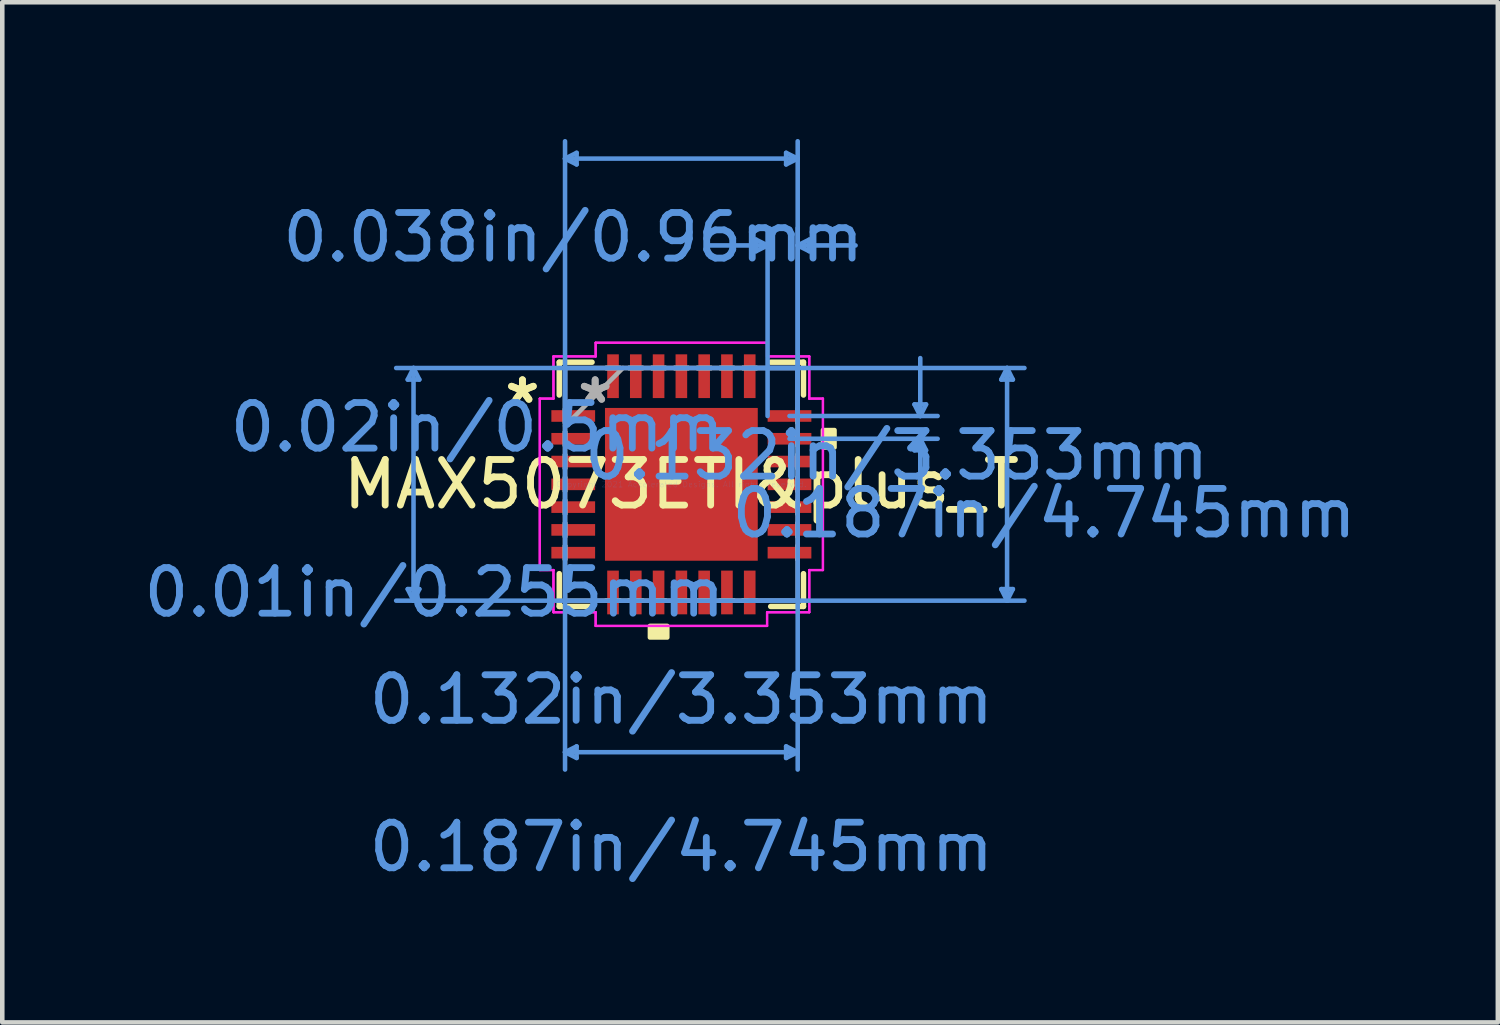
<source format=kicad_pcb>
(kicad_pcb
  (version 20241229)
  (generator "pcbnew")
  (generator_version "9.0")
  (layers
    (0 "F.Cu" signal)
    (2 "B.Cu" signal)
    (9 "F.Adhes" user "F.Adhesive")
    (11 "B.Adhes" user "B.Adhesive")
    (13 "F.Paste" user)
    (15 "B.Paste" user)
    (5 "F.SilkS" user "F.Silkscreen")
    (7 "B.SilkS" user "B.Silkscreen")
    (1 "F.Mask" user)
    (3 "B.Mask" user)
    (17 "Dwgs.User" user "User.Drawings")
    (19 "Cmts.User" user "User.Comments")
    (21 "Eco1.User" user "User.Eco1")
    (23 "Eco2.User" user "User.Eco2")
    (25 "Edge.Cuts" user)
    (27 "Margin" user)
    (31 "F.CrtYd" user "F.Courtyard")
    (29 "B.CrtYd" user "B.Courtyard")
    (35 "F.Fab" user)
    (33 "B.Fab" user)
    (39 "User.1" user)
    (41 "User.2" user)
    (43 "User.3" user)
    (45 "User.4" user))
  (footprint "MAX5073ETI&plus_T"
    (layer "F.Cu")
    (at 11.903 7.579)
    (property "Reference" "MAX5073ETI&plus_T" (at 0 0 0) (layer "F.SilkS") (effects (font (size 1 1) (thickness 0.15))))
    (attr through_hole)
    (fp_line (start -2.68 -2.68) (end -2.68 -1.96) (stroke (width 0.12) (type solid)) (layer "F.SilkS"))
    (fp_line (start -2.68 1.96) (end -2.68 2.68) (stroke (width 0.12) (type solid)) (layer "F.SilkS"))
    (fp_line (start -2.68 2.68) (end -1.96 2.68) (stroke (width 0.12) (type solid)) (layer "F.SilkS"))
    (fp_line (start -1.96 -2.68) (end -2.68 -2.68) (stroke (width 0.12) (type solid)) (layer "F.SilkS"))
    (fp_line (start 1.96 2.68) (end 2.68 2.68) (stroke (width 0.12) (type solid)) (layer "F.SilkS"))
    (fp_line (start 2.68 -2.68) (end 1.96 -2.68) (stroke (width 0.12) (type solid)) (layer "F.SilkS"))
    (fp_line (start 2.68 -1.96) (end 2.68 -2.68) (stroke (width 0.12) (type solid)) (layer "F.SilkS"))
    (fp_line (start 2.68 2.68) (end 2.68 1.96) (stroke (width 0.12) (type solid)) (layer "F.SilkS"))
    (fp_poly (pts (xy -0.69 3.107) (xy -0.69 3.361) (xy -0.309 3.361) (xy -0.309 3.107)) (stroke (width 0.1) (type solid)) (fill yes) (layer "F.SilkS"))
    (fp_poly (pts (xy 3.361 -1.191) (xy 3.361 -0.81) (xy 3.107 -0.81) (xy 3.107 -1.191)) (stroke (width 0.1) (type solid)) (fill yes) (layer "F.SilkS"))
    (fp_poly (pts (xy -1.576 -1.576) (xy -1.576 -0.1) (xy -0.1 -0.1) (xy -0.1 -1.576)) (stroke (width 0.1) (type solid)) (fill yes) (layer "F.Paste"))
    (fp_poly (pts (xy -1.576 0.1) (xy -1.576 1.576) (xy -0.1 1.576) (xy -0.1 0.1)) (stroke (width 0.1) (type solid)) (fill yes) (layer "F.Paste"))
    (fp_poly (pts (xy 0.1 -1.576) (xy 0.1 -0.1) (xy 1.576 -0.1) (xy 1.576 -1.576)) (stroke (width 0.1) (type solid)) (fill yes) (layer "F.Paste"))
    (fp_poly (pts (xy 0.1 0.1) (xy 0.1 1.576) (xy 1.576 1.576) (xy 1.576 0.1)) (stroke (width 0.1) (type solid)) (fill yes) (layer "F.Paste"))
    (fp_line (start -6.005 -2.299) (end -5.751 -2.299) (stroke (width 0.1) (type solid)) (layer "Cmts.User"))
    (fp_line (start -6.005 2.299) (end -5.751 2.299) (stroke (width 0.1) (type solid)) (layer "Cmts.User"))
    (fp_line (start -5.878 -2.553) (end -6.005 -2.299) (stroke (width 0.1) (type solid)) (layer "Cmts.User"))
    (fp_line (start -5.878 -2.553) (end -5.878 2.553) (stroke (width 0.1) (type solid)) (layer "Cmts.User"))
    (fp_line (start -5.878 -2.553) (end -5.751 -2.299) (stroke (width 0.1) (type solid)) (layer "Cmts.User"))
    (fp_line (start -5.878 2.553) (end -6.005 2.299) (stroke (width 0.1) (type solid)) (layer "Cmts.User"))
    (fp_line (start -5.878 2.553) (end -5.751 2.299) (stroke (width 0.1) (type solid)) (layer "Cmts.User"))
    (fp_line (start -2.553 -7.148) (end -2.299 -7.275) (stroke (width 0.1) (type solid)) (layer "Cmts.User"))
    (fp_line (start -2.553 -7.148) (end -2.299 -7.021) (stroke (width 0.1) (type solid)) (layer "Cmts.User"))
    (fp_line (start -2.553 -7.148) (end 2.553 -7.148) (stroke (width 0.1) (type solid)) (layer "Cmts.User"))
    (fp_line (start -2.553 -2.553) (end -2.553 6.259) (stroke (width 0.1) (type solid)) (layer "Cmts.User"))
    (fp_line (start -2.553 -1.5) (end -2.553 -7.529) (stroke (width 0.1) (type solid)) (layer "Cmts.User"))
    (fp_line (start -2.553 5.878) (end -2.299 5.751) (stroke (width 0.1) (type solid)) (layer "Cmts.User"))
    (fp_line (start -2.553 5.878) (end -2.299 6.005) (stroke (width 0.1) (type solid)) (layer "Cmts.User"))
    (fp_line (start -2.553 5.878) (end 2.553 5.878) (stroke (width 0.1) (type solid)) (layer "Cmts.User"))
    (fp_line (start -2.299 -7.275) (end -2.299 -7.021) (stroke (width 0.1) (type solid)) (layer "Cmts.User"))
    (fp_line (start -2.299 5.751) (end -2.299 6.005) (stroke (width 0.1) (type solid)) (layer "Cmts.User"))
    (fp_line (start 1.5 -2.553) (end 7.529 -2.553) (stroke (width 0.1) (type solid)) (layer "Cmts.User"))
    (fp_line (start 1.5 2.553) (end 7.529 2.553) (stroke (width 0.1) (type solid)) (layer "Cmts.User"))
    (fp_line (start 1.638 -5.37) (end 1.638 -5.116) (stroke (width 0.1) (type solid)) (layer "Cmts.User"))
    (fp_line (start 1.892 -5.243) (end 0.622 -5.243) (stroke (width 0.1) (type solid)) (layer "Cmts.User"))
    (fp_line (start 1.892 -5.243) (end 1.638 -5.37) (stroke (width 0.1) (type solid)) (layer "Cmts.User"))
    (fp_line (start 1.892 -5.243) (end 1.638 -5.116) (stroke (width 0.1) (type solid)) (layer "Cmts.User"))
    (fp_line (start 1.892 -1.5) (end 1.892 -5.624) (stroke (width 0.1) (type solid)) (layer "Cmts.User"))
    (fp_line (start 2.299 -7.275) (end 2.299 -7.021) (stroke (width 0.1) (type solid)) (layer "Cmts.User"))
    (fp_line (start 2.299 5.751) (end 2.299 6.005) (stroke (width 0.1) (type solid)) (layer "Cmts.User"))
    (fp_line (start 2.373 -1.5) (end 5.624 -1.5) (stroke (width 0.1) (type solid)) (layer "Cmts.User"))
    (fp_line (start 2.373 -1) (end 5.624 -1) (stroke (width 0.1) (type solid)) (layer "Cmts.User"))
    (fp_line (start 2.553 -7.148) (end 2.299 -7.275) (stroke (width 0.1) (type solid)) (layer "Cmts.User"))
    (fp_line (start 2.553 -7.148) (end 2.299 -7.021) (stroke (width 0.1) (type solid)) (layer "Cmts.User"))
    (fp_line (start 2.553 -5.243) (end 2.807 -5.37) (stroke (width 0.1) (type solid)) (layer "Cmts.User"))
    (fp_line (start 2.553 -5.243) (end 2.807 -5.116) (stroke (width 0.1) (type solid)) (layer "Cmts.User"))
    (fp_line (start 2.553 -5.243) (end 3.823 -5.243) (stroke (width 0.1) (type solid)) (layer "Cmts.User"))
    (fp_line (start 2.553 -2.553) (end -6.259 -2.553) (stroke (width 0.1) (type solid)) (layer "Cmts.User"))
    (fp_line (start 2.553 -2.553) (end 2.553 6.259) (stroke (width 0.1) (type solid)) (layer "Cmts.User"))
    (fp_line (start 2.553 -1.5) (end 2.553 -7.529) (stroke (width 0.1) (type solid)) (layer "Cmts.User"))
    (fp_line (start 2.553 -1.5) (end 2.553 -5.624) (stroke (width 0.1) (type solid)) (layer "Cmts.User"))
    (fp_line (start 2.553 2.553) (end -6.259 2.553) (stroke (width 0.1) (type solid)) (layer "Cmts.User"))
    (fp_line (start 2.553 5.878) (end 2.299 5.751) (stroke (width 0.1) (type solid)) (layer "Cmts.User"))
    (fp_line (start 2.553 5.878) (end 2.299 6.005) (stroke (width 0.1) (type solid)) (layer "Cmts.User"))
    (fp_line (start 2.807 -5.37) (end 2.807 -5.116) (stroke (width 0.1) (type solid)) (layer "Cmts.User"))
    (fp_line (start 5.116 -1.754) (end 5.37 -1.754) (stroke (width 0.1) (type solid)) (layer "Cmts.User"))
    (fp_line (start 5.116 -0.746) (end 5.37 -0.746) (stroke (width 0.1) (type solid)) (layer "Cmts.User"))
    (fp_line (start 5.243 -1.5) (end 5.116 -1.754) (stroke (width 0.1) (type solid)) (layer "Cmts.User"))
    (fp_line (start 5.243 -1.5) (end 5.243 -2.77) (stroke (width 0.1) (type solid)) (layer "Cmts.User"))
    (fp_line (start 5.243 -1.5) (end 5.37 -1.754) (stroke (width 0.1) (type solid)) (layer "Cmts.User"))
    (fp_line (start 5.243 -1) (end 5.116 -0.746) (stroke (width 0.1) (type solid)) (layer "Cmts.User"))
    (fp_line (start 5.243 -1) (end 5.243 0.27) (stroke (width 0.1) (type solid)) (layer "Cmts.User"))
    (fp_line (start 5.243 -1) (end 5.37 -0.746) (stroke (width 0.1) (type solid)) (layer "Cmts.User"))
    (fp_line (start 7.021 -2.299) (end 7.275 -2.299) (stroke (width 0.1) (type solid)) (layer "Cmts.User"))
    (fp_line (start 7.021 2.299) (end 7.275 2.299) (stroke (width 0.1) (type solid)) (layer "Cmts.User"))
    (fp_line (start 7.148 -2.553) (end 7.021 -2.299) (stroke (width 0.1) (type solid)) (layer "Cmts.User"))
    (fp_line (start 7.148 -2.553) (end 7.148 2.553) (stroke (width 0.1) (type solid)) (layer "Cmts.User"))
    (fp_line (start 7.148 -2.553) (end 7.275 -2.299) (stroke (width 0.1) (type solid)) (layer "Cmts.User"))
    (fp_line (start 7.148 2.553) (end 7.021 2.299) (stroke (width 0.1) (type solid)) (layer "Cmts.User"))
    (fp_line (start 7.148 2.553) (end 7.275 2.299) (stroke (width 0.1) (type solid)) (layer "Cmts.User"))
    (fp_line (start -3.107 -1.881) (end -2.807 -1.881) (stroke (width 0.05) (type solid)) (layer "F.CrtYd"))
    (fp_line (start -3.107 -1.881) (end -2.807 -1.881) (stroke (width 0.05) (type solid)) (layer "F.CrtYd"))
    (fp_line (start -3.107 1.881) (end -3.107 -1.881) (stroke (width 0.05) (type solid)) (layer "F.CrtYd"))
    (fp_line (start -3.107 1.881) (end -3.107 -1.881) (stroke (width 0.05) (type solid)) (layer "F.CrtYd"))
    (fp_line (start -2.807 -2.807) (end -1.881 -2.807) (stroke (width 0.05) (type solid)) (layer "F.CrtYd"))
    (fp_line (start -2.807 -2.807) (end -1.881 -2.807) (stroke (width 0.05) (type solid)) (layer "F.CrtYd"))
    (fp_line (start -2.807 -1.881) (end -2.807 -2.807) (stroke (width 0.05) (type solid)) (layer "F.CrtYd"))
    (fp_line (start -2.807 -1.881) (end -2.807 -2.807) (stroke (width 0.05) (type solid)) (layer "F.CrtYd"))
    (fp_line (start -2.807 1.881) (end -3.107 1.881) (stroke (width 0.05) (type solid)) (layer "F.CrtYd"))
    (fp_line (start -2.807 1.881) (end -3.107 1.881) (stroke (width 0.05) (type solid)) (layer "F.CrtYd"))
    (fp_line (start -2.807 2.807) (end -2.807 1.881) (stroke (width 0.05) (type solid)) (layer "F.CrtYd"))
    (fp_line (start -2.807 2.807) (end -2.807 1.881) (stroke (width 0.05) (type solid)) (layer "F.CrtYd"))
    (fp_line (start -1.881 -3.107) (end 1.881 -3.107) (stroke (width 0.05) (type solid)) (layer "F.CrtYd"))
    (fp_line (start -1.881 -3.107) (end 1.881 -3.107) (stroke (width 0.05) (type solid)) (layer "F.CrtYd"))
    (fp_line (start -1.881 -2.807) (end -1.881 -3.107) (stroke (width 0.05) (type solid)) (layer "F.CrtYd"))
    (fp_line (start -1.881 -2.807) (end -1.881 -3.107) (stroke (width 0.05) (type solid)) (layer "F.CrtYd"))
    (fp_line (start -1.881 2.807) (end -2.807 2.807) (stroke (width 0.05) (type solid)) (layer "F.CrtYd"))
    (fp_line (start -1.881 2.807) (end -2.807 2.807) (stroke (width 0.05) (type solid)) (layer "F.CrtYd"))
    (fp_line (start -1.881 3.107) (end -1.881 2.807) (stroke (width 0.05) (type solid)) (layer "F.CrtYd"))
    (fp_line (start -1.881 3.107) (end -1.881 2.807) (stroke (width 0.05) (type solid)) (layer "F.CrtYd"))
    (fp_line (start 1.881 -3.107) (end 1.881 -2.807) (stroke (width 0.05) (type solid)) (layer "F.CrtYd"))
    (fp_line (start 1.881 -3.107) (end 1.881 -2.807) (stroke (width 0.05) (type solid)) (layer "F.CrtYd"))
    (fp_line (start 1.881 -2.807) (end 2.807 -2.807) (stroke (width 0.05) (type solid)) (layer "F.CrtYd"))
    (fp_line (start 1.881 -2.807) (end 2.807 -2.807) (stroke (width 0.05) (type solid)) (layer "F.CrtYd"))
    (fp_line (start 1.881 2.807) (end 1.881 3.107) (stroke (width 0.05) (type solid)) (layer "F.CrtYd"))
    (fp_line (start 1.881 2.807) (end 1.881 3.107) (stroke (width 0.05) (type solid)) (layer "F.CrtYd"))
    (fp_line (start 1.881 3.107) (end -1.881 3.107) (stroke (width 0.05) (type solid)) (layer "F.CrtYd"))
    (fp_line (start 1.881 3.107) (end -1.881 3.107) (stroke (width 0.05) (type solid)) (layer "F.CrtYd"))
    (fp_line (start 2.807 -2.807) (end 2.807 -1.881) (stroke (width 0.05) (type solid)) (layer "F.CrtYd"))
    (fp_line (start 2.807 -2.807) (end 2.807 -1.881) (stroke (width 0.05) (type solid)) (layer "F.CrtYd"))
    (fp_line (start 2.807 -1.881) (end 3.107 -1.881) (stroke (width 0.05) (type solid)) (layer "F.CrtYd"))
    (fp_line (start 2.807 -1.881) (end 3.107 -1.881) (stroke (width 0.05) (type solid)) (layer "F.CrtYd"))
    (fp_line (start 2.807 1.881) (end 2.807 2.807) (stroke (width 0.05) (type solid)) (layer "F.CrtYd"))
    (fp_line (start 2.807 1.881) (end 2.807 2.807) (stroke (width 0.05) (type solid)) (layer "F.CrtYd"))
    (fp_line (start 2.807 2.807) (end 1.881 2.807) (stroke (width 0.05) (type solid)) (layer "F.CrtYd"))
    (fp_line (start 2.807 2.807) (end 1.881 2.807) (stroke (width 0.05) (type solid)) (layer "F.CrtYd"))
    (fp_line (start 3.107 -1.881) (end 3.107 1.881) (stroke (width 0.05) (type solid)) (layer "F.CrtYd"))
    (fp_line (start 3.107 -1.881) (end 3.107 1.881) (stroke (width 0.05) (type solid)) (layer "F.CrtYd"))
    (fp_line (start 3.107 1.881) (end 2.807 1.881) (stroke (width 0.05) (type solid)) (layer "F.CrtYd"))
    (fp_line (start 3.107 1.881) (end 2.807 1.881) (stroke (width 0.05) (type solid)) (layer "F.CrtYd"))
    (fp_line (start -2.553 -2.553) (end -2.553 -2.553) (stroke (width 0.1) (type solid)) (layer "F.Fab"))
    (fp_line (start -2.553 -2.553) (end -2.553 2.553) (stroke (width 0.1) (type solid)) (layer "F.Fab"))
    (fp_line (start -2.553 -1.652) (end -2.553 -1.652) (stroke (width 0.1) (type solid)) (layer "F.Fab"))
    (fp_line (start -2.553 -1.652) (end -2.553 -1.348) (stroke (width 0.1) (type solid)) (layer "F.Fab"))
    (fp_line (start -2.553 -1.348) (end -2.553 -1.652) (stroke (width 0.1) (type solid)) (layer "F.Fab"))
    (fp_line (start -2.553 -1.348) (end -2.553 -1.348) (stroke (width 0.1) (type solid)) (layer "F.Fab"))
    (fp_line (start -2.553 -1.283) (end -1.283 -2.553) (stroke (width 0.1) (type solid)) (layer "F.Fab"))
    (fp_line (start -2.553 -1.152) (end -2.553 -1.152) (stroke (width 0.1) (type solid)) (layer "F.Fab"))
    (fp_line (start -2.553 -1.152) (end -2.553 -0.848) (stroke (width 0.1) (type solid)) (layer "F.Fab"))
    (fp_line (start -2.553 -0.848) (end -2.553 -1.152) (stroke (width 0.1) (type solid)) (layer "F.Fab"))
    (fp_line (start -2.553 -0.848) (end -2.553 -0.848) (stroke (width 0.1) (type solid)) (layer "F.Fab"))
    (fp_line (start -2.553 -0.652) (end -2.553 -0.652) (stroke (width 0.1) (type solid)) (layer "F.Fab"))
    (fp_line (start -2.553 -0.652) (end -2.553 -0.348) (stroke (width 0.1) (type solid)) (layer "F.Fab"))
    (fp_line (start -2.553 -0.348) (end -2.553 -0.652) (stroke (width 0.1) (type solid)) (layer "F.Fab"))
    (fp_line (start -2.553 -0.348) (end -2.553 -0.348) (stroke (width 0.1) (type solid)) (layer "F.Fab"))
    (fp_line (start -2.553 -0.152) (end -2.553 -0.152) (stroke (width 0.1) (type solid)) (layer "F.Fab"))
    (fp_line (start -2.553 -0.152) (end -2.553 0.152) (stroke (width 0.1) (type solid)) (layer "F.Fab"))
    (fp_line (start -2.553 0.152) (end -2.553 -0.152) (stroke (width 0.1) (type solid)) (layer "F.Fab"))
    (fp_line (start -2.553 0.152) (end -2.553 0.152) (stroke (width 0.1) (type solid)) (layer "F.Fab"))
    (fp_line (start -2.553 0.348) (end -2.553 0.348) (stroke (width 0.1) (type solid)) (layer "F.Fab"))
    (fp_line (start -2.553 0.348) (end -2.553 0.652) (stroke (width 0.1) (type solid)) (layer "F.Fab"))
    (fp_line (start -2.553 0.652) (end -2.553 0.348) (stroke (width 0.1) (type solid)) (layer "F.Fab"))
    (fp_line (start -2.553 0.652) (end -2.553 0.652) (stroke (width 0.1) (type solid)) (layer "F.Fab"))
    (fp_line (start -2.553 0.848) (end -2.553 0.848) (stroke (width 0.1) (type solid)) (layer "F.Fab"))
    (fp_line (start -2.553 0.848) (end -2.553 1.152) (stroke (width 0.1) (type solid)) (layer "F.Fab"))
    (fp_line (start -2.553 1.152) (end -2.553 0.848) (stroke (width 0.1) (type solid)) (layer "F.Fab"))
    (fp_line (start -2.553 1.152) (end -2.553 1.152) (stroke (width 0.1) (type solid)) (layer "F.Fab"))
    (fp_line (start -2.553 1.348) (end -2.553 1.348) (stroke (width 0.1) (type solid)) (layer "F.Fab"))
    (fp_line (start -2.553 1.348) (end -2.553 1.652) (stroke (width 0.1) (type solid)) (layer "F.Fab"))
    (fp_line (start -2.553 1.652) (end -2.553 1.348) (stroke (width 0.1) (type solid)) (layer "F.Fab"))
    (fp_line (start -2.553 1.652) (end -2.553 1.652) (stroke (width 0.1) (type solid)) (layer "F.Fab"))
    (fp_line (start -2.553 2.553) (end -2.553 2.553) (stroke (width 0.1) (type solid)) (layer "F.Fab"))
    (fp_line (start -2.553 2.553) (end 2.553 2.553) (stroke (width 0.1) (type solid)) (layer "F.Fab"))
    (fp_line (start -1.652 -2.553) (end -1.652 -2.553) (stroke (width 0.1) (type solid)) (layer "F.Fab"))
    (fp_line (start -1.652 -2.553) (end -1.348 -2.553) (stroke (width 0.1) (type solid)) (layer "F.Fab"))
    (fp_line (start -1.652 2.553) (end -1.652 2.553) (stroke (width 0.1) (type solid)) (layer "F.Fab"))
    (fp_line (start -1.652 2.553) (end -1.348 2.553) (stroke (width 0.1) (type solid)) (layer "F.Fab"))
    (fp_line (start -1.348 -2.553) (end -1.652 -2.553) (stroke (width 0.1) (type solid)) (layer "F.Fab"))
    (fp_line (start -1.348 -2.553) (end -1.348 -2.553) (stroke (width 0.1) (type solid)) (layer "F.Fab"))
    (fp_line (start -1.348 2.553) (end -1.652 2.553) (stroke (width 0.1) (type solid)) (layer "F.Fab"))
    (fp_line (start -1.348 2.553) (end -1.348 2.553) (stroke (width 0.1) (type solid)) (layer "F.Fab"))
    (fp_line (start -1.152 -2.553) (end -1.152 -2.553) (stroke (width 0.1) (type solid)) (layer "F.Fab"))
    (fp_line (start -1.152 -2.553) (end -0.848 -2.553) (stroke (width 0.1) (type solid)) (layer "F.Fab"))
    (fp_line (start -1.152 2.553) (end -1.152 2.553) (stroke (width 0.1) (type solid)) (layer "F.Fab"))
    (fp_line (start -1.152 2.553) (end -0.848 2.553) (stroke (width 0.1) (type solid)) (layer "F.Fab"))
    (fp_line (start -0.848 -2.553) (end -1.152 -2.553) (stroke (width 0.1) (type solid)) (layer "F.Fab"))
    (fp_line (start -0.848 -2.553) (end -0.848 -2.553) (stroke (width 0.1) (type solid)) (layer "F.Fab"))
    (fp_line (start -0.848 2.553) (end -1.152 2.553) (stroke (width 0.1) (type solid)) (layer "F.Fab"))
    (fp_line (start -0.848 2.553) (end -0.848 2.553) (stroke (width 0.1) (type solid)) (layer "F.Fab"))
    (fp_line (start -0.652 -2.553) (end -0.652 -2.553) (stroke (width 0.1) (type solid)) (layer "F.Fab"))
    (fp_line (start -0.652 -2.553) (end -0.348 -2.553) (stroke (width 0.1) (type solid)) (layer "F.Fab"))
    (fp_line (start -0.652 2.553) (end -0.652 2.553) (stroke (width 0.1) (type solid)) (layer "F.Fab"))
    (fp_line (start -0.652 2.553) (end -0.348 2.553) (stroke (width 0.1) (type solid)) (layer "F.Fab"))
    (fp_line (start -0.348 -2.553) (end -0.652 -2.553) (stroke (width 0.1) (type solid)) (layer "F.Fab"))
    (fp_line (start -0.348 -2.553) (end -0.348 -2.553) (stroke (width 0.1) (type solid)) (layer "F.Fab"))
    (fp_line (start -0.348 2.553) (end -0.652 2.553) (stroke (width 0.1) (type solid)) (layer "F.Fab"))
    (fp_line (start -0.348 2.553) (end -0.348 2.553) (stroke (width 0.1) (type solid)) (layer "F.Fab"))
    (fp_line (start -0.152 -2.553) (end -0.152 -2.553) (stroke (width 0.1) (type solid)) (layer "F.Fab"))
    (fp_line (start -0.152 -2.553) (end 0.152 -2.553) (stroke (width 0.1) (type solid)) (layer "F.Fab"))
    (fp_line (start -0.152 2.553) (end -0.152 2.553) (stroke (width 0.1) (type solid)) (layer "F.Fab"))
    (fp_line (start -0.152 2.553) (end 0.152 2.553) (stroke (width 0.1) (type solid)) (layer "F.Fab"))
    (fp_line (start 0.152 -2.553) (end -0.152 -2.553) (stroke (width 0.1) (type solid)) (layer "F.Fab"))
    (fp_line (start 0.152 -2.553) (end 0.152 -2.553) (stroke (width 0.1) (type solid)) (layer "F.Fab"))
    (fp_line (start 0.152 2.553) (end -0.152 2.553) (stroke (width 0.1) (type solid)) (layer "F.Fab"))
    (fp_line (start 0.152 2.553) (end 0.152 2.553) (stroke (width 0.1) (type solid)) (layer "F.Fab"))
    (fp_line (start 0.348 -2.553) (end 0.348 -2.553) (stroke (width 0.1) (type solid)) (layer "F.Fab"))
    (fp_line (start 0.348 -2.553) (end 0.652 -2.553) (stroke (width 0.1) (type solid)) (layer "F.Fab"))
    (fp_line (start 0.348 2.553) (end 0.348 2.553) (stroke (width 0.1) (type solid)) (layer "F.Fab"))
    (fp_line (start 0.348 2.553) (end 0.652 2.553) (stroke (width 0.1) (type solid)) (layer "F.Fab"))
    (fp_line (start 0.652 -2.553) (end 0.348 -2.553) (stroke (width 0.1) (type solid)) (layer "F.Fab"))
    (fp_line (start 0.652 -2.553) (end 0.652 -2.553) (stroke (width 0.1) (type solid)) (layer "F.Fab"))
    (fp_line (start 0.652 2.553) (end 0.348 2.553) (stroke (width 0.1) (type solid)) (layer "F.Fab"))
    (fp_line (start 0.652 2.553) (end 0.652 2.553) (stroke (width 0.1) (type solid)) (layer "F.Fab"))
    (fp_line (start 0.848 -2.553) (end 0.848 -2.553) (stroke (width 0.1) (type solid)) (layer "F.Fab"))
    (fp_line (start 0.848 -2.553) (end 1.152 -2.553) (stroke (width 0.1) (type solid)) (layer "F.Fab"))
    (fp_line (start 0.848 2.553) (end 0.848 2.553) (stroke (width 0.1) (type solid)) (layer "F.Fab"))
    (fp_line (start 0.848 2.553) (end 1.152 2.553) (stroke (width 0.1) (type solid)) (layer "F.Fab"))
    (fp_line (start 1.152 -2.553) (end 0.848 -2.553) (stroke (width 0.1) (type solid)) (layer "F.Fab"))
    (fp_line (start 1.152 -2.553) (end 1.152 -2.553) (stroke (width 0.1) (type solid)) (layer "F.Fab"))
    (fp_line (start 1.152 2.553) (end 0.848 2.553) (stroke (width 0.1) (type solid)) (layer "F.Fab"))
    (fp_line (start 1.152 2.553) (end 1.152 2.553) (stroke (width 0.1) (type solid)) (layer "F.Fab"))
    (fp_line (start 1.348 -2.553) (end 1.348 -2.553) (stroke (width 0.1) (type solid)) (layer "F.Fab"))
    (fp_line (start 1.348 -2.553) (end 1.652 -2.553) (stroke (width 0.1) (type solid)) (layer "F.Fab"))
    (fp_line (start 1.348 2.553) (end 1.348 2.553) (stroke (width 0.1) (type solid)) (layer "F.Fab"))
    (fp_line (start 1.348 2.553) (end 1.652 2.553) (stroke (width 0.1) (type solid)) (layer "F.Fab"))
    (fp_line (start 1.652 -2.553) (end 1.348 -2.553) (stroke (width 0.1) (type solid)) (layer "F.Fab"))
    (fp_line (start 1.652 -2.553) (end 1.652 -2.553) (stroke (width 0.1) (type solid)) (layer "F.Fab"))
    (fp_line (start 1.652 2.553) (end 1.348 2.553) (stroke (width 0.1) (type solid)) (layer "F.Fab"))
    (fp_line (start 1.652 2.553) (end 1.652 2.553) (stroke (width 0.1) (type solid)) (layer "F.Fab"))
    (fp_line (start 2.553 -2.553) (end -2.553 -2.553) (stroke (width 0.1) (type solid)) (layer "F.Fab"))
    (fp_line (start 2.553 -2.553) (end 2.553 -2.553) (stroke (width 0.1) (type solid)) (layer "F.Fab"))
    (fp_line (start 2.553 -1.652) (end 2.553 -1.652) (stroke (width 0.1) (type solid)) (layer "F.Fab"))
    (fp_line (start 2.553 -1.652) (end 2.553 -1.348) (stroke (width 0.1) (type solid)) (layer "F.Fab"))
    (fp_line (start 2.553 -1.348) (end 2.553 -1.652) (stroke (width 0.1) (type solid)) (layer "F.Fab"))
    (fp_line (start 2.553 -1.348) (end 2.553 -1.348) (stroke (width 0.1) (type solid)) (layer "F.Fab"))
    (fp_line (start 2.553 -1.152) (end 2.553 -1.152) (stroke (width 0.1) (type solid)) (layer "F.Fab"))
    (fp_line (start 2.553 -1.152) (end 2.553 -0.848) (stroke (width 0.1) (type solid)) (layer "F.Fab"))
    (fp_line (start 2.553 -0.848) (end 2.553 -1.152) (stroke (width 0.1) (type solid)) (layer "F.Fab"))
    (fp_line (start 2.553 -0.848) (end 2.553 -0.848) (stroke (width 0.1) (type solid)) (layer "F.Fab"))
    (fp_line (start 2.553 -0.652) (end 2.553 -0.652) (stroke (width 0.1) (type solid)) (layer "F.Fab"))
    (fp_line (start 2.553 -0.652) (end 2.553 -0.348) (stroke (width 0.1) (type solid)) (layer "F.Fab"))
    (fp_line (start 2.553 -0.348) (end 2.553 -0.652) (stroke (width 0.1) (type solid)) (layer "F.Fab"))
    (fp_line (start 2.553 -0.348) (end 2.553 -0.348) (stroke (width 0.1) (type solid)) (layer "F.Fab"))
    (fp_line (start 2.553 -0.152) (end 2.553 -0.152) (stroke (width 0.1) (type solid)) (layer "F.Fab"))
    (fp_line (start 2.553 -0.152) (end 2.553 0.152) (stroke (width 0.1) (type solid)) (layer "F.Fab"))
    (fp_line (start 2.553 0.152) (end 2.553 -0.152) (stroke (width 0.1) (type solid)) (layer "F.Fab"))
    (fp_line (start 2.553 0.152) (end 2.553 0.152) (stroke (width 0.1) (type solid)) (layer "F.Fab"))
    (fp_line (start 2.553 0.348) (end 2.553 0.348) (stroke (width 0.1) (type solid)) (layer "F.Fab"))
    (fp_line (start 2.553 0.348) (end 2.553 0.652) (stroke (width 0.1) (type solid)) (layer "F.Fab"))
    (fp_line (start 2.553 0.652) (end 2.553 0.348) (stroke (width 0.1) (type solid)) (layer "F.Fab"))
    (fp_line (start 2.553 0.652) (end 2.553 0.652) (stroke (width 0.1) (type solid)) (layer "F.Fab"))
    (fp_line (start 2.553 0.848) (end 2.553 0.848) (stroke (width 0.1) (type solid)) (layer "F.Fab"))
    (fp_line (start 2.553 0.848) (end 2.553 1.152) (stroke (width 0.1) (type solid)) (layer "F.Fab"))
    (fp_line (start 2.553 1.152) (end 2.553 0.848) (stroke (width 0.1) (type solid)) (layer "F.Fab"))
    (fp_line (start 2.553 1.152) (end 2.553 1.152) (stroke (width 0.1) (type solid)) (layer "F.Fab"))
    (fp_line (start 2.553 1.348) (end 2.553 1.348) (stroke (width 0.1) (type solid)) (layer "F.Fab"))
    (fp_line (start 2.553 1.348) (end 2.553 1.652) (stroke (width 0.1) (type solid)) (layer "F.Fab"))
    (fp_line (start 2.553 1.652) (end 2.553 1.348) (stroke (width 0.1) (type solid)) (layer "F.Fab"))
    (fp_line (start 2.553 1.652) (end 2.553 1.652) (stroke (width 0.1) (type solid)) (layer "F.Fab"))
    (fp_line (start 2.553 2.553) (end 2.553 -2.553) (stroke (width 0.1) (type solid)) (layer "F.Fab"))
    (fp_line (start 2.553 2.553) (end 2.553 2.553) (stroke (width 0.1) (type solid)) (layer "F.Fab"))
    (fp_text user "*" (at -3.488 -1.75 0) (layer "F.SilkS") (effects (font (size 1 1) (thickness 0.15))))
    (fp_text user "*" (at -3.488 -1.75 0) (layer "F.SilkS") (effects (font (size 1 1) (thickness 0.15))))
    (fp_text user "0.02in/0.5mm" (at -4.481 -1.25 0) (layer "Cmts.User") (effects (font (size 1 1) (thickness 0.15))))
    (fp_text user "0.132in/3.353mm" (at 0 4.724 0) (layer "Cmts.User") (effects (font (size 1 1) (thickness 0.15))))
    (fp_text user "0.038in/0.96mm" (at -2.373 -5.42 0) (layer "Cmts.User") (effects (font (size 1 1) (thickness 0.15))))
    (fp_text user "Copyright 2021 Accelerated Designs. All rights reserved." (at 0 0 0) (layer "Cmts.User") (effects (font (size 0.127 0.127) (thickness 0.002))))
    (fp_text user "0.187in/4.745mm" (at 7.96 0.635 0) (layer "Cmts.User") (effects (font (size 1 1) (thickness 0.15))))
    (fp_text user "0.187in/4.745mm" (at 0 7.96 0) (layer "Cmts.User") (effects (font (size 1 1) (thickness 0.15))))
    (fp_text user "0.132in/3.353mm" (at 4.724 -0.635 0) (layer "Cmts.User") (effects (font (size 1 1) (thickness 0.15))))
    (fp_text user "0.01in/0.255mm" (at -5.42 2.373 0) (layer "Cmts.User") (effects (font (size 1 1) (thickness 0.15))))
    (fp_text user "*" (at -1.892 -1.75 0) (layer "F.Fab") (effects (font (size 1 1) (thickness 0.15))))
    (fp_text user "*" (at -1.892 -1.75 0) (layer "F.Fab") (effects (font (size 1 1) (thickness 0.15))))
    (pad "1" smd rect (at -2.373 -1.5 90) (size 0.255 0.96) (layers "F.Cu" "F.Mask" "F.Paste"))
    (pad "2" smd rect (at -2.373 -1 90) (size 0.255 0.96) (layers "F.Cu" "F.Mask" "F.Paste"))
    (pad "3" smd rect (at -2.373 -0.5 90) (size 0.255 0.96) (layers "F.Cu" "F.Mask" "F.Paste"))
    (pad "4" smd rect (at -2.373 0 90) (size 0.255 0.96) (layers "F.Cu" "F.Mask" "F.Paste"))
    (pad "5" smd rect (at -2.373 0.5 90) (size 0.255 0.96) (layers "F.Cu" "F.Mask" "F.Paste"))
    (pad "6" smd rect (at -2.373 1 90) (size 0.255 0.96) (layers "F.Cu" "F.Mask" "F.Paste"))
    (pad "7" smd rect (at -2.373 1.5 90) (size 0.255 0.96) (layers "F.Cu" "F.Mask" "F.Paste"))
    (pad "8" smd rect (at -1.5 2.373) (size 0.255 0.96) (layers "F.Cu" "F.Mask" "F.Paste"))
    (pad "9" smd rect (at -1 2.373) (size 0.255 0.96) (layers "F.Cu" "F.Mask" "F.Paste"))
    (pad "10" smd rect (at -0.5 2.373) (size 0.255 0.96) (layers "F.Cu" "F.Mask" "F.Paste"))
    (pad "11" smd rect (at 0 2.373) (size 0.255 0.96) (layers "F.Cu" "F.Mask" "F.Paste"))
    (pad "12" smd rect (at 0.5 2.373) (size 0.255 0.96) (layers "F.Cu" "F.Mask" "F.Paste"))
    (pad "13" smd rect (at 1 2.373) (size 0.255 0.96) (layers "F.Cu" "F.Mask" "F.Paste"))
    (pad "14" smd rect (at 1.5 2.373) (size 0.255 0.96) (layers "F.Cu" "F.Mask" "F.Paste"))
    (pad "15" smd rect (at 2.373 1.5 90) (size 0.255 0.96) (layers "F.Cu" "F.Mask" "F.Paste"))
    (pad "16" smd rect (at 2.373 1 90) (size 0.255 0.96) (layers "F.Cu" "F.Mask" "F.Paste"))
    (pad "17" smd rect (at 2.373 0.5 90) (size 0.255 0.96) (layers "F.Cu" "F.Mask" "F.Paste"))
    (pad "18" smd rect (at 2.373 0 90) (size 0.255 0.96) (layers "F.Cu" "F.Mask" "F.Paste"))
    (pad "19" smd rect (at 2.373 -0.5 90) (size 0.255 0.96) (layers "F.Cu" "F.Mask" "F.Paste"))
    (pad "20" smd rect (at 2.373 -1 90) (size 0.255 0.96) (layers "F.Cu" "F.Mask" "F.Paste"))
    (pad "21" smd rect (at 2.373 -1.5 90) (size 0.255 0.96) (layers "F.Cu" "F.Mask" "F.Paste"))
    (pad "22" smd rect (at 1.5 -2.373) (size 0.255 0.96) (layers "F.Cu" "F.Mask" "F.Paste"))
    (pad "23" smd rect (at 1 -2.373) (size 0.255 0.96) (layers "F.Cu" "F.Mask" "F.Paste"))
    (pad "24" smd rect (at 0.5 -2.373) (size 0.255 0.96) (layers "F.Cu" "F.Mask" "F.Paste"))
    (pad "25" smd rect (at 0 -2.373) (size 0.255 0.96) (layers "F.Cu" "F.Mask" "F.Paste"))
    (pad "26" smd rect (at -0.5 -2.373) (size 0.255 0.96) (layers "F.Cu" "F.Mask" "F.Paste"))
    (pad "27" smd rect (at -1 -2.373) (size 0.255 0.96) (layers "F.Cu" "F.Mask" "F.Paste"))
    (pad "28" smd rect (at -1.5 -2.373) (size 0.255 0.96) (layers "F.Cu" "F.Mask" "F.Paste"))
    (pad "29" smd rect (at 0 0) (size 3.353 3.353) (layers "F.Cu" "F.Mask")))
  (gr_rect
    (start -3 -3)
    (end 29.821 19.387)
    (stroke (width 0.1) (type default))
    (fill no)
    (layer "Edge.Cuts")))
</source>
